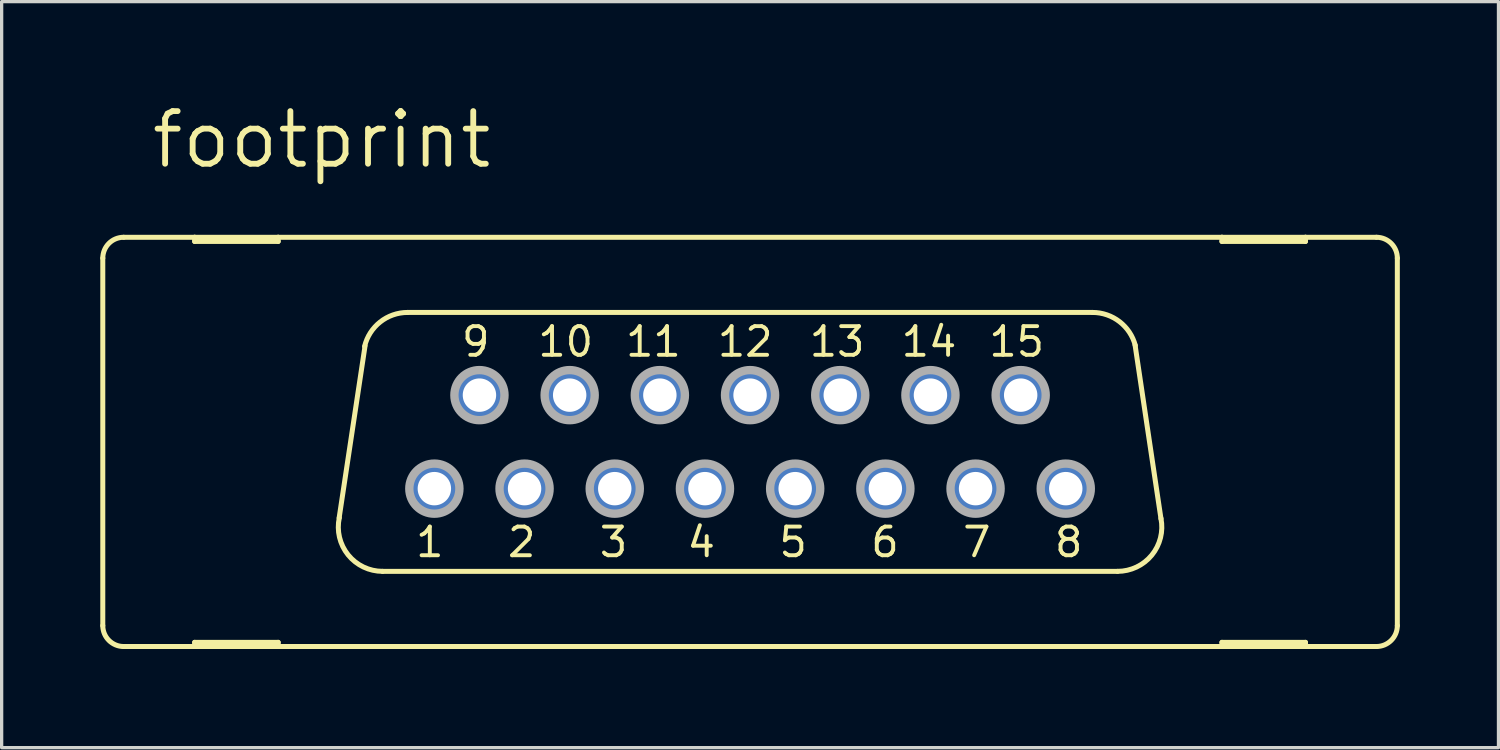
<source format=kicad_pcb>
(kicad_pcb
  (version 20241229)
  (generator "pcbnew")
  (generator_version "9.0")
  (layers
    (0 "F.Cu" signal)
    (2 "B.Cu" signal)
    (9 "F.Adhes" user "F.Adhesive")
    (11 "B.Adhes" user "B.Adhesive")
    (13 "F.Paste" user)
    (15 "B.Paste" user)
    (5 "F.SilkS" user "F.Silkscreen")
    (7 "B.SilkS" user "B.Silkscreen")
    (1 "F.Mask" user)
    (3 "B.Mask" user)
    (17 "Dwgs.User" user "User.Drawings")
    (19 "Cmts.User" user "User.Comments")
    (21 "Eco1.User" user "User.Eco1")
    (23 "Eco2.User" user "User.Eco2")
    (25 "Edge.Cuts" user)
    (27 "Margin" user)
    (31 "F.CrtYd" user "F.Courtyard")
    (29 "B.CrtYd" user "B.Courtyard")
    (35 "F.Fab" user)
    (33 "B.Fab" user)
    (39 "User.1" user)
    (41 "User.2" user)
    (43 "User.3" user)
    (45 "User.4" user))
  (footprint "footprint"
    (layer "F.Cu")
    (at 19.761 10.389)
    (property "Reference" "footprint" (at -18.288 -8.255 0) (layer "F.SilkS") (effects (font (size 1.6 1.6) (thickness 0.178)) (justify left bottom)))
    (fp_line (start -19.685 5.588) (end -19.685 -5.588) (stroke (width 0.152) (type solid)) (layer "F.SilkS"))
    (fp_line (start -19.05 6.223) (end -16.891 6.223) (stroke (width 0.152) (type solid)) (layer "F.SilkS"))
    (fp_line (start -16.891 -6.223) (end -19.05 -6.223) (stroke (width 0.152) (type solid)) (layer "F.SilkS"))
    (fp_line (start -16.891 -6.096) (end -16.891 -6.223) (stroke (width 0.152) (type solid)) (layer "F.SilkS"))
    (fp_line (start -16.891 6.096) (end -16.891 6.223) (stroke (width 0.152) (type solid)) (layer "F.SilkS"))
    (fp_line (start -16.891 6.223) (end -14.351 6.223) (stroke (width 0.152) (type solid)) (layer "F.SilkS"))
    (fp_line (start -14.351 -6.223) (end -16.891 -6.223) (stroke (width 0.152) (type solid)) (layer "F.SilkS"))
    (fp_line (start -14.351 -6.223) (end -14.351 -6.096) (stroke (width 0.152) (type solid)) (layer "F.SilkS"))
    (fp_line (start -14.351 -6.096) (end -16.891 -6.096) (stroke (width 0.152) (type solid)) (layer "F.SilkS"))
    (fp_line (start -14.351 6.096) (end -16.891 6.096) (stroke (width 0.152) (type solid)) (layer "F.SilkS"))
    (fp_line (start -14.351 6.223) (end -14.351 6.096) (stroke (width 0.152) (type solid)) (layer "F.SilkS"))
    (fp_line (start -14.351 6.223) (end 14.351 6.223) (stroke (width 0.152) (type solid)) (layer "F.SilkS"))
    (fp_line (start -12.497 2.311) (end -11.709 -2.921) (stroke (width 0.152) (type solid)) (layer "F.SilkS"))
    (fp_line (start 10.414 -3.937) (end -10.414 -3.937) (stroke (width 0.152) (type solid)) (layer "F.SilkS"))
    (fp_line (start 11.176 3.937) (end -11.176 3.937) (stroke (width 0.152) (type solid)) (layer "F.SilkS"))
    (fp_line (start 11.709 -2.946) (end 12.497 2.337) (stroke (width 0.152) (type solid)) (layer "F.SilkS"))
    (fp_line (start 14.351 -6.223) (end -14.351 -6.223) (stroke (width 0.152) (type solid)) (layer "F.SilkS"))
    (fp_line (start 14.351 -6.096) (end 14.351 -6.223) (stroke (width 0.152) (type solid)) (layer "F.SilkS"))
    (fp_line (start 14.351 6.096) (end 14.351 6.223) (stroke (width 0.152) (type solid)) (layer "F.SilkS"))
    (fp_line (start 14.351 6.223) (end 16.891 6.223) (stroke (width 0.152) (type solid)) (layer "F.SilkS"))
    (fp_line (start 16.891 -6.223) (end 14.351 -6.223) (stroke (width 0.152) (type solid)) (layer "F.SilkS"))
    (fp_line (start 16.891 -6.223) (end 16.891 -6.096) (stroke (width 0.152) (type solid)) (layer "F.SilkS"))
    (fp_line (start 16.891 -6.096) (end 14.351 -6.096) (stroke (width 0.152) (type solid)) (layer "F.SilkS"))
    (fp_line (start 16.891 6.096) (end 14.351 6.096) (stroke (width 0.152) (type solid)) (layer "F.SilkS"))
    (fp_line (start 16.891 6.223) (end 16.891 6.096) (stroke (width 0.152) (type solid)) (layer "F.SilkS"))
    (fp_line (start 16.891 6.223) (end 19.05 6.223) (stroke (width 0.152) (type solid)) (layer "F.SilkS"))
    (fp_line (start 19.05 -6.223) (end 16.891 -6.223) (stroke (width 0.152) (type solid)) (layer "F.SilkS"))
    (fp_line (start 19.685 5.588) (end 19.685 -5.588) (stroke (width 0.152) (type solid)) (layer "F.SilkS"))
    (fp_arc (start -19.685 -5.588) (mid -19.499013 -6.037013) (end -19.05 -6.223) (stroke (width 0.1524) (type solid)) (layer "F.SilkS"))
    (fp_arc (start -19.05 6.223) (mid -19.499013 6.037013) (end -19.685 5.588) (stroke (width 0.1524) (type solid)) (layer "F.SilkS"))
    (fp_arc (start -11.7227 -2.905) (mid -11.247255 -3.647874) (end -10.413999 -3.936999) (stroke (width 0.1524) (type solid)) (layer "F.SilkS"))
    (fp_arc (start -11.175998 3.937) (mid -12.224555 3.435185) (end -12.4915 2.3038) (stroke (width 0.1524) (type solid)) (layer "F.SilkS"))
    (fp_arc (start 10.414 -3.937) (mid 11.2375 -3.655745) (end 11.7169 -2.9295) (stroke (width 0.1524) (type solid)) (layer "F.SilkS"))
    (fp_arc (start 12.4961 2.3268) (mid 12.217082 3.444284) (end 11.176 3.937) (stroke (width 0.1524) (type solid)) (layer "F.SilkS"))
    (fp_arc (start 19.05 -6.223) (mid 19.499013 -6.037013) (end 19.685 -5.588) (stroke (width 0.1524) (type solid)) (layer "F.SilkS"))
    (fp_arc (start 19.685 5.588) (mid 19.499013 6.037013) (end 19.05 6.223) (stroke (width 0.1524) (type solid)) (layer "F.SilkS"))
    (fp_circle (center -9.601 1.422) (end -8.839 1.422) (stroke (width 0.254) (type solid)) (fill no) (layer "F.Fab"))
    (fp_circle (center -8.23 -1.422) (end -7.468 -1.422) (stroke (width 0.254) (type solid)) (fill no) (layer "F.Fab"))
    (fp_circle (center -6.858 1.422) (end -6.096 1.422) (stroke (width 0.254) (type solid)) (fill no) (layer "F.Fab"))
    (fp_circle (center -5.486 -1.422) (end -4.724 -1.422) (stroke (width 0.254) (type solid)) (fill no) (layer "F.Fab"))
    (fp_circle (center -4.115 1.422) (end -3.353 1.422) (stroke (width 0.254) (type solid)) (fill no) (layer "F.Fab"))
    (fp_circle (center -2.743 -1.422) (end -1.981 -1.422) (stroke (width 0.254) (type solid)) (fill no) (layer "F.Fab"))
    (fp_circle (center -1.372 1.422) (end -0.61 1.422) (stroke (width 0.254) (type solid)) (fill no) (layer "F.Fab"))
    (fp_circle (center 0 -1.422) (end 0.762 -1.422) (stroke (width 0.254) (type solid)) (fill no) (layer "F.Fab"))
    (fp_circle (center 1.372 1.422) (end 2.134 1.422) (stroke (width 0.254) (type solid)) (fill no) (layer "F.Fab"))
    (fp_circle (center 2.743 -1.422) (end 3.505 -1.422) (stroke (width 0.254) (type solid)) (fill no) (layer "F.Fab"))
    (fp_circle (center 4.115 1.422) (end 4.877 1.422) (stroke (width 0.254) (type solid)) (fill no) (layer "F.Fab"))
    (fp_circle (center 5.486 -1.422) (end 6.248 -1.422) (stroke (width 0.254) (type solid)) (fill no) (layer "F.Fab"))
    (fp_circle (center 6.858 1.422) (end 7.62 1.422) (stroke (width 0.254) (type solid)) (fill no) (layer "F.Fab"))
    (fp_circle (center 8.23 -1.422) (end 8.992 -1.422) (stroke (width 0.254) (type solid)) (fill no) (layer "F.Fab"))
    (fp_circle (center 9.601 1.422) (end 10.363 1.422) (stroke (width 0.254) (type solid)) (fill no) (layer "F.Fab"))
    (fp_text user "15" (at 9.017 -3.556 0) (layer "F.SilkS") (effects (font (size 0.872 0.872) (thickness 0.119)) (justify right top)))
    (fp_text user "12" (at 0.762 -3.556 0) (layer "F.SilkS") (effects (font (size 0.872 0.872) (thickness 0.119)) (justify right top)))
    (fp_text user "4" (at -0.991 2.54 0) (layer "F.SilkS") (effects (font (size 0.872 0.872) (thickness 0.119)) (justify right top)))
    (fp_text user "9" (at -7.849 -3.556 0) (layer "F.SilkS") (effects (font (size 0.872 0.872) (thickness 0.119)) (justify right top)))
    (fp_text user "1" (at -9.246 2.54 0) (layer "F.SilkS") (effects (font (size 0.872 0.872) (thickness 0.119)) (justify right top)))
    (fp_text user "2" (at -6.452 2.54 0) (layer "F.SilkS") (effects (font (size 0.872 0.872) (thickness 0.119)) (justify right top)))
    (fp_text user "11" (at -2.032 -3.556 0) (layer "F.SilkS") (effects (font (size 0.872 0.872) (thickness 0.119)) (justify right top)))
    (fp_text user "7" (at 7.391 2.54 0) (layer "F.SilkS") (effects (font (size 0.872 0.872) (thickness 0.119)) (justify right top)))
    (fp_text user "6" (at 4.597 2.54 0) (layer "F.SilkS") (effects (font (size 0.872 0.872) (thickness 0.119)) (justify right top)))
    (fp_text user "5" (at 1.803 2.54 0) (layer "F.SilkS") (effects (font (size 0.872 0.872) (thickness 0.119)) (justify right top)))
    (fp_text user "8" (at 10.185 2.54 0) (layer "F.SilkS") (effects (font (size 0.872 0.872) (thickness 0.119)) (justify right top)))
    (fp_text user "13" (at 3.556 -3.556 0) (layer "F.SilkS") (effects (font (size 0.872 0.872) (thickness 0.119)) (justify right top)))
    (fp_text user "3" (at -3.658 2.54 0) (layer "F.SilkS") (effects (font (size 0.872 0.872) (thickness 0.119)) (justify right top)))
    (fp_text user "10" (at -4.699 -3.556 0) (layer "F.SilkS") (effects (font (size 0.872 0.872) (thickness 0.119)) (justify right top)))
    (fp_text user "14" (at 6.35 -3.556 0) (layer "F.SilkS") (effects (font (size 0.872 0.872) (thickness 0.119)) (justify right top)))
    (pad "1" thru_hole roundrect (at -9.601 1.422) (size 1.524 1.524) (drill 1.016) (layers "*.Cu" "*.Mask") (roundrect_rratio 0.25) (chamfer_ratio 0.25) (chamfer top_left top_right bottom_left bottom_right))
    (pad "2" thru_hole roundrect (at -6.858 1.422) (size 1.524 1.524) (drill 1.016) (layers "*.Cu" "*.Mask") (roundrect_rratio 0.25) (chamfer_ratio 0.25) (chamfer top_left top_right bottom_left bottom_right))
    (pad "3" thru_hole roundrect (at -4.115 1.422) (size 1.524 1.524) (drill 1.016) (layers "*.Cu" "*.Mask") (roundrect_rratio 0.25) (chamfer_ratio 0.25) (chamfer top_left top_right bottom_left bottom_right))
    (pad "4" thru_hole roundrect (at -1.372 1.422) (size 1.524 1.524) (drill 1.016) (layers "*.Cu" "*.Mask") (roundrect_rratio 0.25) (chamfer_ratio 0.25) (chamfer top_left top_right bottom_left bottom_right))
    (pad "5" thru_hole roundrect (at 1.372 1.422) (size 1.524 1.524) (drill 1.016) (layers "*.Cu" "*.Mask") (roundrect_rratio 0.25) (chamfer_ratio 0.25) (chamfer top_left top_right bottom_left bottom_right))
    (pad "6" thru_hole roundrect (at 4.115 1.422) (size 1.524 1.524) (drill 1.016) (layers "*.Cu" "*.Mask") (roundrect_rratio 0.25) (chamfer_ratio 0.25) (chamfer top_left top_right bottom_left bottom_right))
    (pad "7" thru_hole roundrect (at 6.858 1.422) (size 1.524 1.524) (drill 1.016) (layers "*.Cu" "*.Mask") (roundrect_rratio 0.25) (chamfer_ratio 0.25) (chamfer top_left top_right bottom_left bottom_right))
    (pad "8" thru_hole roundrect (at 9.601 1.422) (size 1.524 1.524) (drill 1.016) (layers "*.Cu" "*.Mask") (roundrect_rratio 0.25) (chamfer_ratio 0.25) (chamfer top_left top_right bottom_left bottom_right))
    (pad "9" thru_hole roundrect (at -8.23 -1.422) (size 1.524 1.524) (drill 1.016) (layers "*.Cu" "*.Mask") (roundrect_rratio 0.25) (chamfer_ratio 0.25) (chamfer top_left top_right bottom_left bottom_right))
    (pad "10" thru_hole roundrect (at -5.486 -1.422) (size 1.524 1.524) (drill 1.016) (layers "*.Cu" "*.Mask") (roundrect_rratio 0.25) (chamfer_ratio 0.25) (chamfer top_left top_right bottom_left bottom_right))
    (pad "11" thru_hole roundrect (at -2.743 -1.422) (size 1.524 1.524) (drill 1.016) (layers "*.Cu" "*.Mask") (roundrect_rratio 0.25) (chamfer_ratio 0.25) (chamfer top_left top_right bottom_left bottom_right))
    (pad "12" thru_hole roundrect (at 0 -1.422) (size 1.524 1.524) (drill 1.016) (layers "*.Cu" "*.Mask") (roundrect_rratio 0.25) (chamfer_ratio 0.25) (chamfer top_left top_right bottom_left bottom_right))
    (pad "13" thru_hole roundrect (at 2.743 -1.422) (size 1.524 1.524) (drill 1.016) (layers "*.Cu" "*.Mask") (roundrect_rratio 0.25) (chamfer_ratio 0.25) (chamfer top_left top_right bottom_left bottom_right))
    (pad "14" thru_hole roundrect (at 5.486 -1.422) (size 1.524 1.524) (drill 1.016) (layers "*.Cu" "*.Mask") (roundrect_rratio 0.25) (chamfer_ratio 0.25) (chamfer top_left top_right bottom_left bottom_right))
    (pad "15" thru_hole roundrect (at 8.23 -1.422) (size 1.524 1.524) (drill 1.016) (layers "*.Cu" "*.Mask") (roundrect_rratio 0.25) (chamfer_ratio 0.25) (chamfer top_left top_right bottom_left bottom_right)))
  (gr_rect
    (start -3 -3)
    (end 42.522 19.688)
    (stroke (width 0.1) (type default))
    (fill no)
    (layer "Edge.Cuts")))
</source>
